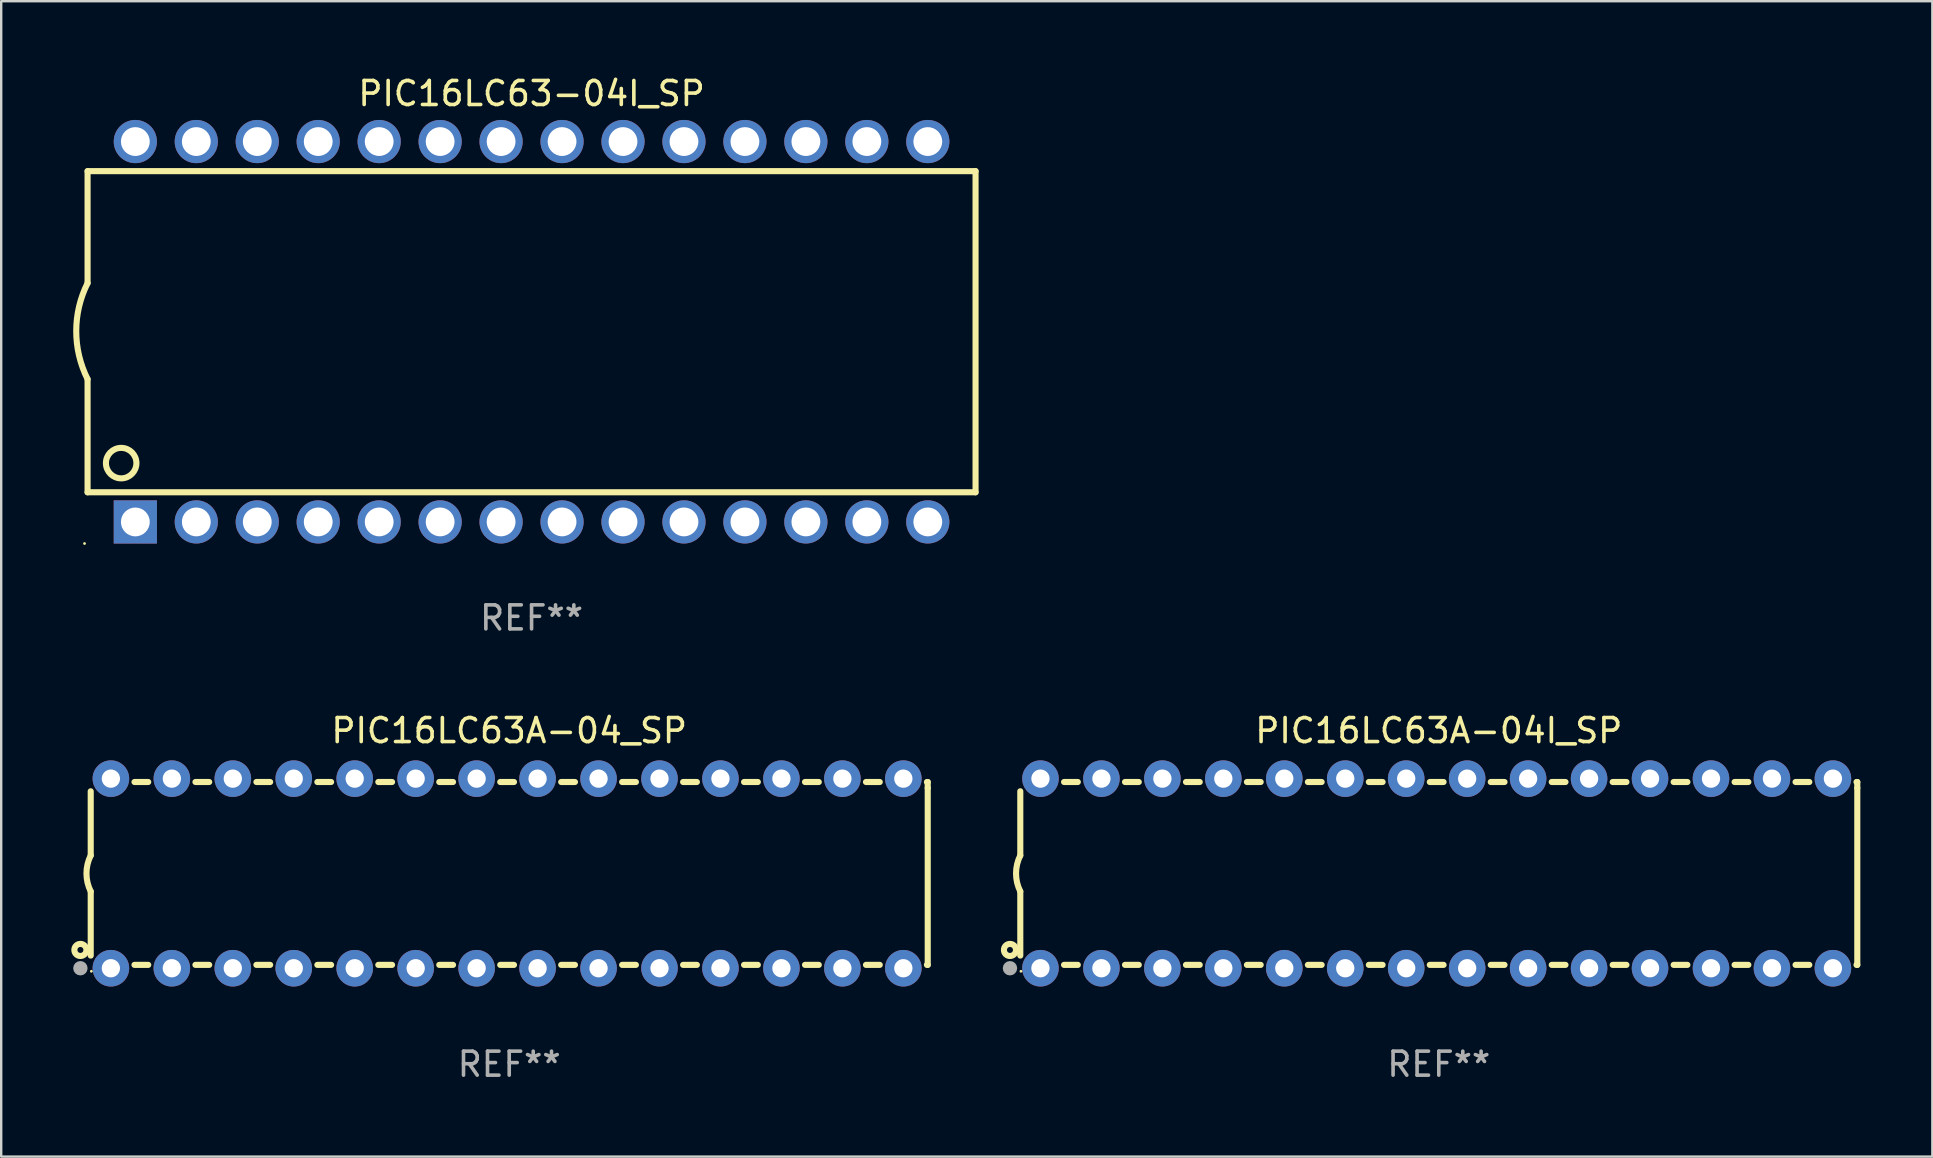
<source format=kicad_pcb>
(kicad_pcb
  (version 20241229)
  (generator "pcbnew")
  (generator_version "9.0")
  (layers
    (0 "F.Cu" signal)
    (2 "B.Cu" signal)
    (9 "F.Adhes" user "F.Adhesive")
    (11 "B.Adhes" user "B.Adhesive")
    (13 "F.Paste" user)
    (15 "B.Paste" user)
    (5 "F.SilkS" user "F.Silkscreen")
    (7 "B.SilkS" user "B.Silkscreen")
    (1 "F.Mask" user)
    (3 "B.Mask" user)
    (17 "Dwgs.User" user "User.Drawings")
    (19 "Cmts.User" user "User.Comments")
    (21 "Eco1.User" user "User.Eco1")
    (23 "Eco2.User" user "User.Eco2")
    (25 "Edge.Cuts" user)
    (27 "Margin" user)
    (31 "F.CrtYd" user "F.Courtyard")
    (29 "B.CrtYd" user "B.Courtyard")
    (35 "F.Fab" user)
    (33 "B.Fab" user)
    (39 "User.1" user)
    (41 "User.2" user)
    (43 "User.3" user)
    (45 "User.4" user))
  (footprint "PIC16LC63A-04I_SP"
    (layer "F.Cu")
    (at 56.901 33.344)
    (property "Reference" "PIC16LC63A-04I_SP" (at 0 -5.95 0) (layer "F.SilkS") (effects (font (size 1 1) (thickness 0.15))))
    (attr through_hole)
    (fp_line (start -17.438 0.75) (end -17.438 3.423) (stroke (width 0.254) (type solid)) (layer "F.SilkS"))
    (fp_line (start -17.438 -3.423) (end -17.438 -0.75) (stroke (width 0.254) (type solid)) (layer "F.SilkS"))
    (fp_line (start -15.615 3.81) (end -15.041 3.81) (stroke (width 0.254) (type solid)) (layer "F.SilkS"))
    (fp_line (start -15.041 -3.81) (end -15.614 -3.81) (stroke (width 0.254) (type solid)) (layer "F.SilkS"))
    (fp_line (start -13.075 3.81) (end -12.501 3.81) (stroke (width 0.254) (type solid)) (layer "F.SilkS"))
    (fp_line (start -12.501 -3.81) (end -13.074 -3.81) (stroke (width 0.254) (type solid)) (layer "F.SilkS"))
    (fp_line (start -10.535 3.81) (end -9.961 3.81) (stroke (width 0.254) (type solid)) (layer "F.SilkS"))
    (fp_line (start -9.961 -3.81) (end -10.534 -3.81) (stroke (width 0.254) (type solid)) (layer "F.SilkS"))
    (fp_line (start -7.995 3.81) (end -7.421 3.81) (stroke (width 0.254) (type solid)) (layer "F.SilkS"))
    (fp_line (start -7.421 -3.81) (end -7.995 -3.81) (stroke (width 0.254) (type solid)) (layer "F.SilkS"))
    (fp_line (start -5.455 3.81) (end -4.881 3.81) (stroke (width 0.254) (type solid)) (layer "F.SilkS"))
    (fp_line (start -4.881 -3.81) (end -5.455 -3.81) (stroke (width 0.254) (type solid)) (layer "F.SilkS"))
    (fp_line (start -2.915 3.81) (end -2.341 3.81) (stroke (width 0.254) (type solid)) (layer "F.SilkS"))
    (fp_line (start -2.341 -3.81) (end -2.915 -3.81) (stroke (width 0.254) (type solid)) (layer "F.SilkS"))
    (fp_line (start -0.375 3.81) (end 0.199 3.81) (stroke (width 0.254) (type solid)) (layer "F.SilkS"))
    (fp_line (start 0.199 -3.81) (end -0.375 -3.81) (stroke (width 0.254) (type solid)) (layer "F.SilkS"))
    (fp_line (start 2.165 3.81) (end 2.739 3.81) (stroke (width 0.254) (type solid)) (layer "F.SilkS"))
    (fp_line (start 2.739 -3.81) (end 2.165 -3.81) (stroke (width 0.254) (type solid)) (layer "F.SilkS"))
    (fp_line (start 4.705 3.81) (end 5.279 3.81) (stroke (width 0.254) (type solid)) (layer "F.SilkS"))
    (fp_line (start 5.279 -3.81) (end 4.705 -3.81) (stroke (width 0.254) (type solid)) (layer "F.SilkS"))
    (fp_line (start 7.245 3.81) (end 7.819 3.81) (stroke (width 0.254) (type solid)) (layer "F.SilkS"))
    (fp_line (start 7.819 -3.81) (end 7.245 -3.81) (stroke (width 0.254) (type solid)) (layer "F.SilkS"))
    (fp_line (start 9.785 3.81) (end 10.359 3.81) (stroke (width 0.254) (type solid)) (layer "F.SilkS"))
    (fp_line (start 10.359 -3.81) (end 9.785 -3.81) (stroke (width 0.254) (type solid)) (layer "F.SilkS"))
    (fp_line (start 12.325 3.81) (end 12.899 3.81) (stroke (width 0.254) (type solid)) (layer "F.SilkS"))
    (fp_line (start 12.899 -3.81) (end 12.325 -3.81) (stroke (width 0.254) (type solid)) (layer "F.SilkS"))
    (fp_line (start 14.865 3.81) (end 15.439 3.81) (stroke (width 0.254) (type solid)) (layer "F.SilkS"))
    (fp_line (start 15.439 -3.81) (end 14.865 -3.81) (stroke (width 0.254) (type solid)) (layer "F.SilkS"))
    (fp_line (start 17.405 3.81) (end 17.438 3.81) (stroke (width 0.254) (type solid)) (layer "F.SilkS"))
    (fp_line (start 17.438 -3.81) (end 17.405 -3.81) (stroke (width 0.254) (type solid)) (layer "F.SilkS"))
    (fp_line (start 17.438 -3.556) (end 17.438 -3.81) (stroke (width 0.254) (type solid)) (layer "F.SilkS"))
    (fp_line (start 17.438 3.81) (end 17.438 -3.556) (stroke (width 0.254) (type solid)) (layer "F.SilkS"))
    (fp_arc (start -17.437986 0.749657) (mid -17.614887 -0.000024) (end -17.437783 -0.749657) (stroke (width 0.254001) (type solid)) (layer "F.SilkS"))
    (fp_circle (center -17.868 3.188) (end -17.743 3.188) (stroke (width 0.254) (type solid)) (fill no) (layer "F.SilkS"))
    (fp_circle (center -17.411 4.077) (end -17.381 4.077) (stroke (width 0.06) (type solid)) (fill no) (layer "F.SilkS"))
    (fp_circle (center -17.868 3.95) (end -17.718 3.95) (stroke (width 0.3) (type solid)) (fill no) (layer "F.Fab"))
    (fp_text user "REF**" (at 0 7.95 0) (layer "F.Fab") (effects (font (size 1 1) (thickness 0.15))))
    (pad "1" thru_hole circle (at -16.598 3.95) (size 1.524 1.524) (drill 0.762) (layers "*.Cu" "*.Mask"))
    (pad "2" thru_hole circle (at -14.058 3.95) (size 1.524 1.524) (drill 0.762) (layers "*.Cu" "*.Mask"))
    (pad "3" thru_hole circle (at -11.518 3.95) (size 1.524 1.524) (drill 0.762) (layers "*.Cu" "*.Mask"))
    (pad "4" thru_hole circle (at -8.978 3.95) (size 1.524 1.524) (drill 0.762) (layers "*.Cu" "*.Mask"))
    (pad "5" thru_hole circle (at -6.438 3.95) (size 1.524 1.524) (drill 0.762) (layers "*.Cu" "*.Mask"))
    (pad "6" thru_hole circle (at -3.898 3.95) (size 1.524 1.524) (drill 0.762) (layers "*.Cu" "*.Mask"))
    (pad "7" thru_hole circle (at -1.358 3.95) (size 1.524 1.524) (drill 0.762) (layers "*.Cu" "*.Mask"))
    (pad "8" thru_hole circle (at 1.182 3.95) (size 1.524 1.524) (drill 0.762) (layers "*.Cu" "*.Mask"))
    (pad "9" thru_hole circle (at 3.722 3.95) (size 1.524 1.524) (drill 0.762) (layers "*.Cu" "*.Mask"))
    (pad "10" thru_hole circle (at 6.262 3.95) (size 1.524 1.524) (drill 0.762) (layers "*.Cu" "*.Mask"))
    (pad "11" thru_hole circle (at 8.802 3.95) (size 1.524 1.524) (drill 0.762) (layers "*.Cu" "*.Mask"))
    (pad "12" thru_hole circle (at 11.342 3.95) (size 1.524 1.524) (drill 0.762) (layers "*.Cu" "*.Mask"))
    (pad "13" thru_hole circle (at 13.882 3.95) (size 1.524 1.524) (drill 0.762) (layers "*.Cu" "*.Mask"))
    (pad "14" thru_hole circle (at 16.422 3.95) (size 1.524 1.524) (drill 0.762) (layers "*.Cu" "*.Mask"))
    (pad "15" thru_hole circle (at 16.422 -3.95) (size 1.524 1.524) (drill 0.762) (layers "*.Cu" "*.Mask"))
    (pad "16" thru_hole circle (at 13.882 -3.95) (size 1.524 1.524) (drill 0.762) (layers "*.Cu" "*.Mask"))
    (pad "17" thru_hole circle (at 11.342 -3.95) (size 1.524 1.524) (drill 0.762) (layers "*.Cu" "*.Mask"))
    (pad "18" thru_hole circle (at 8.802 -3.95) (size 1.524 1.524) (drill 0.762) (layers "*.Cu" "*.Mask"))
    (pad "19" thru_hole circle (at 6.262 -3.95) (size 1.524 1.524) (drill 0.762) (layers "*.Cu" "*.Mask"))
    (pad "20" thru_hole circle (at 3.722 -3.95) (size 1.524 1.524) (drill 0.762) (layers "*.Cu" "*.Mask"))
    (pad "21" thru_hole circle (at 1.182 -3.95) (size 1.524 1.524) (drill 0.762) (layers "*.Cu" "*.Mask"))
    (pad "22" thru_hole circle (at -1.358 -3.95) (size 1.524 1.524) (drill 0.762) (layers "*.Cu" "*.Mask"))
    (pad "23" thru_hole circle (at -3.898 -3.95) (size 1.524 1.524) (drill 0.762) (layers "*.Cu" "*.Mask"))
    (pad "24" thru_hole circle (at -6.438 -3.95) (size 1.524 1.524) (drill 0.762) (layers "*.Cu" "*.Mask"))
    (pad "25" thru_hole circle (at -8.978 -3.95) (size 1.524 1.524) (drill 0.762) (layers "*.Cu" "*.Mask"))
    (pad "26" thru_hole circle (at -11.517 -3.95) (size 1.524 1.524) (drill 0.762) (layers "*.Cu" "*.Mask"))
    (pad "27" thru_hole circle (at -14.057 -3.95) (size 1.524 1.524) (drill 0.762) (layers "*.Cu" "*.Mask"))
    (pad "28" thru_hole circle (at -16.597 -3.95) (size 1.524 1.524) (drill 0.762) (layers "*.Cu" "*.Mask")))
  (footprint "PIC16LC63-04I_SP"
    (layer "F.Cu")
    (at 19.099 10.773)
    (property "Reference" "PIC16LC63-04I_SP" (at 0 -9.925 0) (layer "F.SilkS") (effects (font (size 1 1) (thickness 0.15))))
    (attr through_hole)
    (fp_line (start -18.5 -6.692) (end -18.5 -2.026) (stroke (width 0.254) (type solid)) (layer "F.SilkS"))
    (fp_line (start -18.5 6.689) (end -18.5 1.974) (stroke (width 0.254) (type solid)) (layer "F.SilkS"))
    (fp_line (start -18.5 6.689) (end 18.5 6.689) (stroke (width 0.254) (type solid)) (layer "F.SilkS"))
    (fp_line (start 18.5 -6.692) (end -18.5 -6.692) (stroke (width 0.254) (type solid)) (layer "F.SilkS"))
    (fp_line (start 18.5 6.689) (end 18.5 -6.692) (stroke (width 0.254) (type solid)) (layer "F.SilkS"))
    (fp_arc (start -18.500051 1.974346) (mid -18.972187 -0.025654) (end -18.500051 -2.025654) (stroke (width 0.254001) (type solid)) (layer "F.SilkS"))
    (fp_circle (center -18.627 8.824) (end -18.597 8.824) (stroke (width 0.06) (type solid)) (fill no) (layer "F.SilkS"))
    (fp_circle (center -17.1 5.474) (end -16.465 5.474) (stroke (width 0.254) (type solid)) (fill no) (layer "F.SilkS"))
    (fp_text user "REF**" (at 0 11.925 0) (layer "F.Fab") (effects (font (size 1 1) (thickness 0.15))))
    (pad "1" thru_hole rect (at -16.51 7.925) (size 1.8 1.8) (drill 1.2) (layers "*.Cu" "*.Mask"))
    (pad "2" thru_hole circle (at -13.97 7.924) (size 1.8 1.8) (drill 1.2) (layers "*.Cu" "*.Mask"))
    (pad "3" thru_hole circle (at -11.43 7.924) (size 1.8 1.8) (drill 1.2) (layers "*.Cu" "*.Mask"))
    (pad "4" thru_hole circle (at -8.89 7.924) (size 1.8 1.8) (drill 1.2) (layers "*.Cu" "*.Mask"))
    (pad "5" thru_hole circle (at -6.35 7.924) (size 1.8 1.8) (drill 1.2) (layers "*.Cu" "*.Mask"))
    (pad "6" thru_hole circle (at -3.81 7.924) (size 1.8 1.8) (drill 1.2) (layers "*.Cu" "*.Mask"))
    (pad "7" thru_hole circle (at -1.27 7.924) (size 1.8 1.8) (drill 1.2) (layers "*.Cu" "*.Mask"))
    (pad "8" thru_hole circle (at 1.27 7.924) (size 1.8 1.8) (drill 1.2) (layers "*.Cu" "*.Mask"))
    (pad "9" thru_hole circle (at 3.81 7.924) (size 1.8 1.8) (drill 1.2) (layers "*.Cu" "*.Mask"))
    (pad "10" thru_hole circle (at 6.35 7.924) (size 1.8 1.8) (drill 1.2) (layers "*.Cu" "*.Mask"))
    (pad "11" thru_hole circle (at 8.89 7.924) (size 1.8 1.8) (drill 1.2) (layers "*.Cu" "*.Mask"))
    (pad "12" thru_hole circle (at 11.43 7.924) (size 1.8 1.8) (drill 1.2) (layers "*.Cu" "*.Mask"))
    (pad "13" thru_hole circle (at 13.97 7.924) (size 1.8 1.8) (drill 1.2) (layers "*.Cu" "*.Mask"))
    (pad "14" thru_hole circle (at 16.51 7.924) (size 1.8 1.8) (drill 1.2) (layers "*.Cu" "*.Mask"))
    (pad "15" thru_hole circle (at 16.51 -7.925) (size 1.8 1.8) (drill 1.2) (layers "*.Cu" "*.Mask"))
    (pad "16" thru_hole circle (at 13.97 -7.925) (size 1.8 1.8) (drill 1.2) (layers "*.Cu" "*.Mask"))
    (pad "17" thru_hole circle (at 11.43 -7.925) (size 1.8 1.8) (drill 1.2) (layers "*.Cu" "*.Mask"))
    (pad "18" thru_hole circle (at 8.89 -7.925) (size 1.8 1.8) (drill 1.2) (layers "*.Cu" "*.Mask"))
    (pad "19" thru_hole circle (at 6.35 -7.925) (size 1.8 1.8) (drill 1.2) (layers "*.Cu" "*.Mask"))
    (pad "20" thru_hole circle (at 3.81 -7.925) (size 1.8 1.8) (drill 1.2) (layers "*.Cu" "*.Mask"))
    (pad "21" thru_hole circle (at 1.27 -7.925) (size 1.8 1.8) (drill 1.2) (layers "*.Cu" "*.Mask"))
    (pad "22" thru_hole circle (at -1.27 -7.925) (size 1.8 1.8) (drill 1.2) (layers "*.Cu" "*.Mask"))
    (pad "23" thru_hole circle (at -3.81 -7.925) (size 1.8 1.8) (drill 1.2) (layers "*.Cu" "*.Mask"))
    (pad "24" thru_hole circle (at -6.35 -7.925) (size 1.8 1.8) (drill 1.2) (layers "*.Cu" "*.Mask"))
    (pad "25" thru_hole circle (at -8.89 -7.925) (size 1.8 1.8) (drill 1.2) (layers "*.Cu" "*.Mask"))
    (pad "26" thru_hole circle (at -11.43 -7.925) (size 1.8 1.8) (drill 1.2) (layers "*.Cu" "*.Mask"))
    (pad "27" thru_hole circle (at -13.97 -7.925) (size 1.8 1.8) (drill 1.2) (layers "*.Cu" "*.Mask"))
    (pad "28" thru_hole circle (at -16.51 -7.925) (size 1.8 1.8) (drill 1.2) (layers "*.Cu" "*.Mask")))
  (footprint "PIC16LC63A-04_SP"
    (layer "F.Cu")
    (at 18.168 33.344)
    (property "Reference" "PIC16LC63A-04_SP" (at 0 -5.95 0) (layer "F.SilkS") (effects (font (size 1 1) (thickness 0.15))))
    (attr through_hole)
    (fp_line (start -17.438 0.75) (end -17.438 3.423) (stroke (width 0.254) (type solid)) (layer "F.SilkS"))
    (fp_line (start -17.438 -3.423) (end -17.438 -0.75) (stroke (width 0.254) (type solid)) (layer "F.SilkS"))
    (fp_line (start -15.615 3.81) (end -15.041 3.81) (stroke (width 0.254) (type solid)) (layer "F.SilkS"))
    (fp_line (start -15.041 -3.81) (end -15.614 -3.81) (stroke (width 0.254) (type solid)) (layer "F.SilkS"))
    (fp_line (start -13.075 3.81) (end -12.501 3.81) (stroke (width 0.254) (type solid)) (layer "F.SilkS"))
    (fp_line (start -12.501 -3.81) (end -13.074 -3.81) (stroke (width 0.254) (type solid)) (layer "F.SilkS"))
    (fp_line (start -10.535 3.81) (end -9.961 3.81) (stroke (width 0.254) (type solid)) (layer "F.SilkS"))
    (fp_line (start -9.961 -3.81) (end -10.534 -3.81) (stroke (width 0.254) (type solid)) (layer "F.SilkS"))
    (fp_line (start -7.995 3.81) (end -7.421 3.81) (stroke (width 0.254) (type solid)) (layer "F.SilkS"))
    (fp_line (start -7.421 -3.81) (end -7.995 -3.81) (stroke (width 0.254) (type solid)) (layer "F.SilkS"))
    (fp_line (start -5.455 3.81) (end -4.881 3.81) (stroke (width 0.254) (type solid)) (layer "F.SilkS"))
    (fp_line (start -4.881 -3.81) (end -5.455 -3.81) (stroke (width 0.254) (type solid)) (layer "F.SilkS"))
    (fp_line (start -2.915 3.81) (end -2.341 3.81) (stroke (width 0.254) (type solid)) (layer "F.SilkS"))
    (fp_line (start -2.341 -3.81) (end -2.915 -3.81) (stroke (width 0.254) (type solid)) (layer "F.SilkS"))
    (fp_line (start -0.375 3.81) (end 0.199 3.81) (stroke (width 0.254) (type solid)) (layer "F.SilkS"))
    (fp_line (start 0.199 -3.81) (end -0.375 -3.81) (stroke (width 0.254) (type solid)) (layer "F.SilkS"))
    (fp_line (start 2.165 3.81) (end 2.739 3.81) (stroke (width 0.254) (type solid)) (layer "F.SilkS"))
    (fp_line (start 2.739 -3.81) (end 2.165 -3.81) (stroke (width 0.254) (type solid)) (layer "F.SilkS"))
    (fp_line (start 4.705 3.81) (end 5.279 3.81) (stroke (width 0.254) (type solid)) (layer "F.SilkS"))
    (fp_line (start 5.279 -3.81) (end 4.705 -3.81) (stroke (width 0.254) (type solid)) (layer "F.SilkS"))
    (fp_line (start 7.245 3.81) (end 7.819 3.81) (stroke (width 0.254) (type solid)) (layer "F.SilkS"))
    (fp_line (start 7.819 -3.81) (end 7.245 -3.81) (stroke (width 0.254) (type solid)) (layer "F.SilkS"))
    (fp_line (start 9.785 3.81) (end 10.359 3.81) (stroke (width 0.254) (type solid)) (layer "F.SilkS"))
    (fp_line (start 10.359 -3.81) (end 9.785 -3.81) (stroke (width 0.254) (type solid)) (layer "F.SilkS"))
    (fp_line (start 12.325 3.81) (end 12.899 3.81) (stroke (width 0.254) (type solid)) (layer "F.SilkS"))
    (fp_line (start 12.899 -3.81) (end 12.325 -3.81) (stroke (width 0.254) (type solid)) (layer "F.SilkS"))
    (fp_line (start 14.865 3.81) (end 15.439 3.81) (stroke (width 0.254) (type solid)) (layer "F.SilkS"))
    (fp_line (start 15.439 -3.81) (end 14.865 -3.81) (stroke (width 0.254) (type solid)) (layer "F.SilkS"))
    (fp_line (start 17.405 3.81) (end 17.438 3.81) (stroke (width 0.254) (type solid)) (layer "F.SilkS"))
    (fp_line (start 17.438 -3.81) (end 17.405 -3.81) (stroke (width 0.254) (type solid)) (layer "F.SilkS"))
    (fp_line (start 17.438 -3.556) (end 17.438 -3.81) (stroke (width 0.254) (type solid)) (layer "F.SilkS"))
    (fp_line (start 17.438 3.81) (end 17.438 -3.556) (stroke (width 0.254) (type solid)) (layer "F.SilkS"))
    (fp_arc (start -17.437986 0.749657) (mid -17.614887 -0.000024) (end -17.437783 -0.749657) (stroke (width 0.254001) (type solid)) (layer "F.SilkS"))
    (fp_circle (center -17.868 3.188) (end -17.743 3.188) (stroke (width 0.254) (type solid)) (fill no) (layer "F.SilkS"))
    (fp_circle (center -17.411 4.077) (end -17.381 4.077) (stroke (width 0.06) (type solid)) (fill no) (layer "F.SilkS"))
    (fp_circle (center -17.868 3.95) (end -17.718 3.95) (stroke (width 0.3) (type solid)) (fill no) (layer "F.Fab"))
    (fp_text user "REF**" (at 0 7.95 0) (layer "F.Fab") (effects (font (size 1 1) (thickness 0.15))))
    (pad "1" thru_hole circle (at -16.598 3.95) (size 1.524 1.524) (drill 0.762) (layers "*.Cu" "*.Mask"))
    (pad "2" thru_hole circle (at -14.058 3.95) (size 1.524 1.524) (drill 0.762) (layers "*.Cu" "*.Mask"))
    (pad "3" thru_hole circle (at -11.518 3.95) (size 1.524 1.524) (drill 0.762) (layers "*.Cu" "*.Mask"))
    (pad "4" thru_hole circle (at -8.978 3.95) (size 1.524 1.524) (drill 0.762) (layers "*.Cu" "*.Mask"))
    (pad "5" thru_hole circle (at -6.438 3.95) (size 1.524 1.524) (drill 0.762) (layers "*.Cu" "*.Mask"))
    (pad "6" thru_hole circle (at -3.898 3.95) (size 1.524 1.524) (drill 0.762) (layers "*.Cu" "*.Mask"))
    (pad "7" thru_hole circle (at -1.358 3.95) (size 1.524 1.524) (drill 0.762) (layers "*.Cu" "*.Mask"))
    (pad "8" thru_hole circle (at 1.182 3.95) (size 1.524 1.524) (drill 0.762) (layers "*.Cu" "*.Mask"))
    (pad "9" thru_hole circle (at 3.722 3.95) (size 1.524 1.524) (drill 0.762) (layers "*.Cu" "*.Mask"))
    (pad "10" thru_hole circle (at 6.262 3.95) (size 1.524 1.524) (drill 0.762) (layers "*.Cu" "*.Mask"))
    (pad "11" thru_hole circle (at 8.802 3.95) (size 1.524 1.524) (drill 0.762) (layers "*.Cu" "*.Mask"))
    (pad "12" thru_hole circle (at 11.342 3.95) (size 1.524 1.524) (drill 0.762) (layers "*.Cu" "*.Mask"))
    (pad "13" thru_hole circle (at 13.882 3.95) (size 1.524 1.524) (drill 0.762) (layers "*.Cu" "*.Mask"))
    (pad "14" thru_hole circle (at 16.422 3.95) (size 1.524 1.524) (drill 0.762) (layers "*.Cu" "*.Mask"))
    (pad "15" thru_hole circle (at 16.422 -3.95) (size 1.524 1.524) (drill 0.762) (layers "*.Cu" "*.Mask"))
    (pad "16" thru_hole circle (at 13.882 -3.95) (size 1.524 1.524) (drill 0.762) (layers "*.Cu" "*.Mask"))
    (pad "17" thru_hole circle (at 11.342 -3.95) (size 1.524 1.524) (drill 0.762) (layers "*.Cu" "*.Mask"))
    (pad "18" thru_hole circle (at 8.802 -3.95) (size 1.524 1.524) (drill 0.762) (layers "*.Cu" "*.Mask"))
    (pad "19" thru_hole circle (at 6.262 -3.95) (size 1.524 1.524) (drill 0.762) (layers "*.Cu" "*.Mask"))
    (pad "20" thru_hole circle (at 3.722 -3.95) (size 1.524 1.524) (drill 0.762) (layers "*.Cu" "*.Mask"))
    (pad "21" thru_hole circle (at 1.182 -3.95) (size 1.524 1.524) (drill 0.762) (layers "*.Cu" "*.Mask"))
    (pad "22" thru_hole circle (at -1.358 -3.95) (size 1.524 1.524) (drill 0.762) (layers "*.Cu" "*.Mask"))
    (pad "23" thru_hole circle (at -3.898 -3.95) (size 1.524 1.524) (drill 0.762) (layers "*.Cu" "*.Mask"))
    (pad "24" thru_hole circle (at -6.438 -3.95) (size 1.524 1.524) (drill 0.762) (layers "*.Cu" "*.Mask"))
    (pad "25" thru_hole circle (at -8.978 -3.95) (size 1.524 1.524) (drill 0.762) (layers "*.Cu" "*.Mask"))
    (pad "26" thru_hole circle (at -11.517 -3.95) (size 1.524 1.524) (drill 0.762) (layers "*.Cu" "*.Mask"))
    (pad "27" thru_hole circle (at -14.057 -3.95) (size 1.524 1.524) (drill 0.762) (layers "*.Cu" "*.Mask"))
    (pad "28" thru_hole circle (at -16.597 -3.95) (size 1.524 1.524) (drill 0.762) (layers "*.Cu" "*.Mask")))
  (gr_rect
    (start -3 -3)
    (end 77.466 45.143)
    (stroke (width 0.1) (type default))
    (fill no)
    (layer "Edge.Cuts")))
</source>
